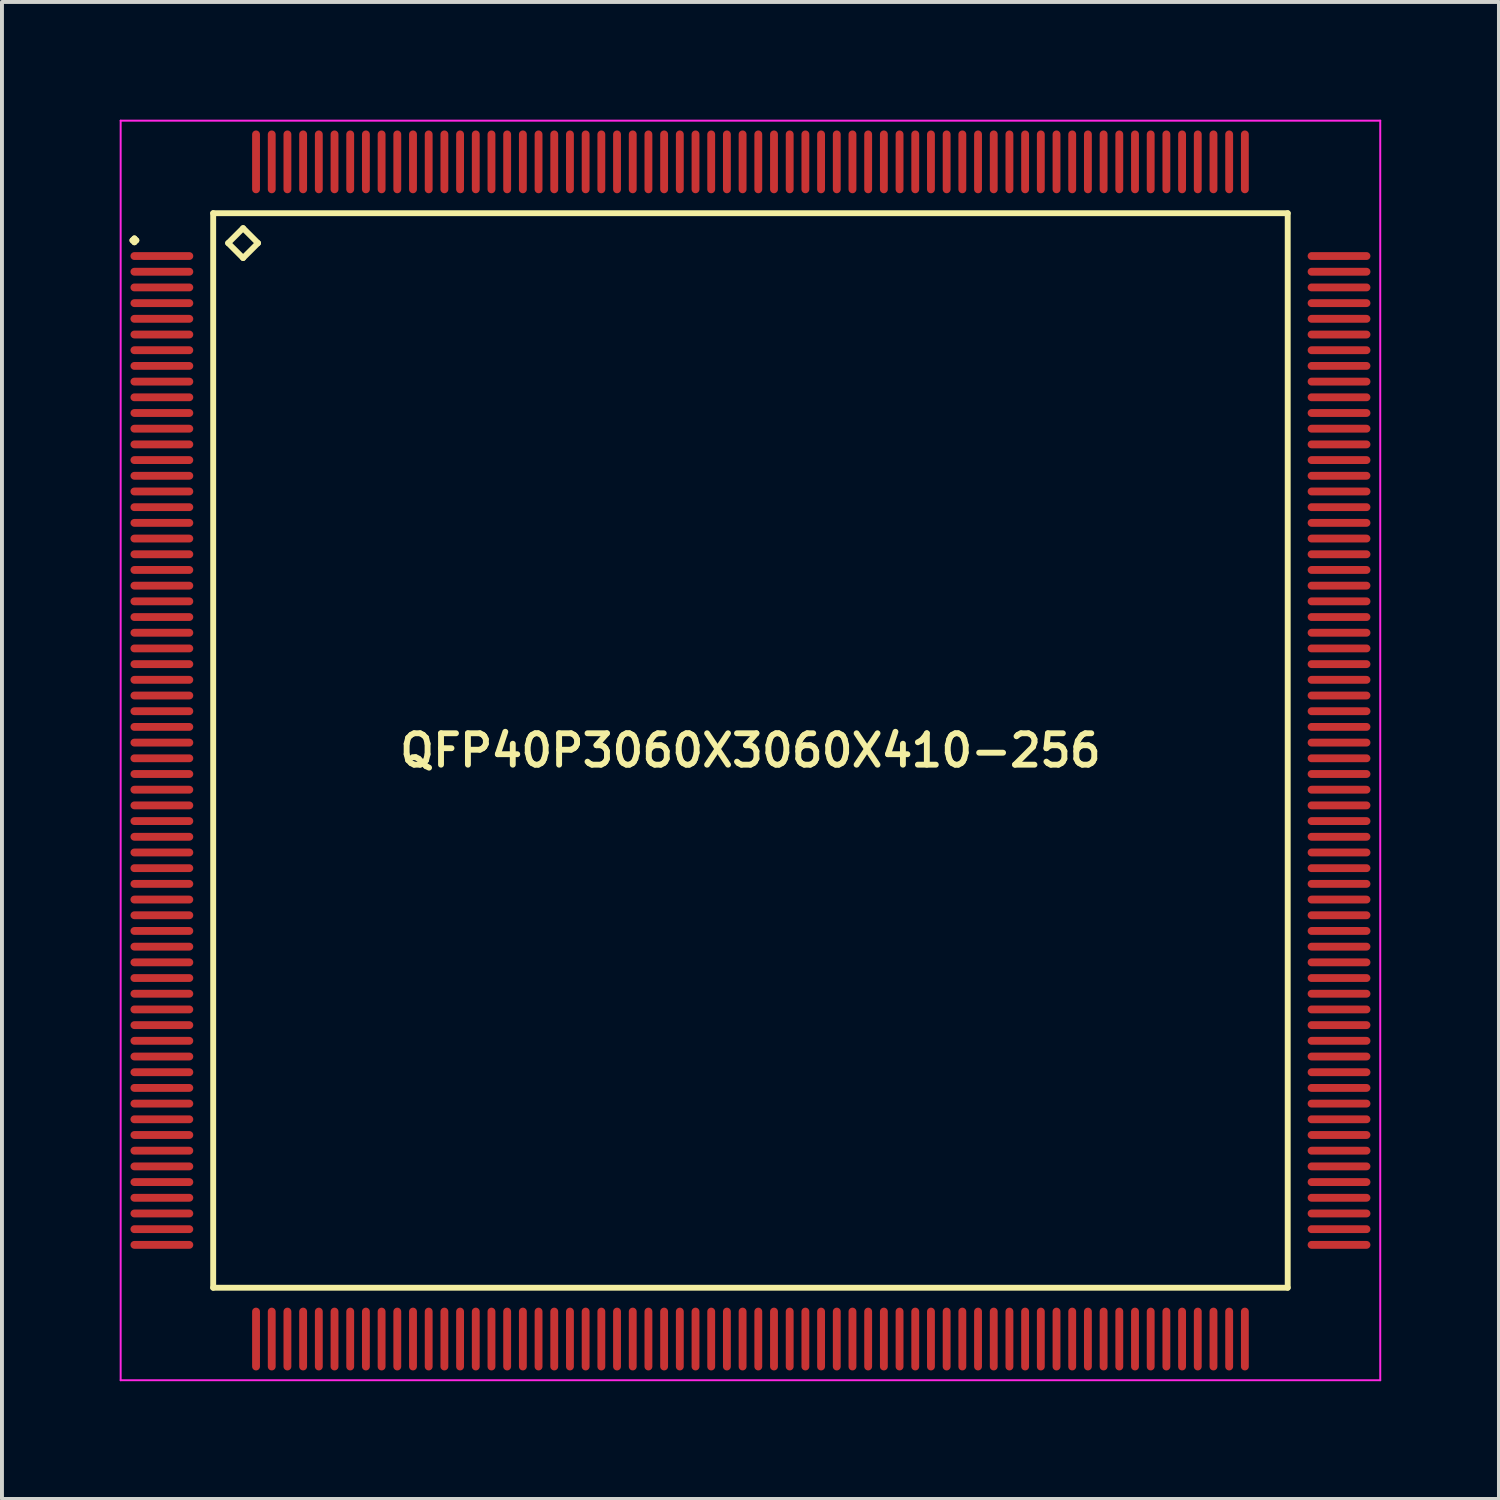
<source format=kicad_pcb>
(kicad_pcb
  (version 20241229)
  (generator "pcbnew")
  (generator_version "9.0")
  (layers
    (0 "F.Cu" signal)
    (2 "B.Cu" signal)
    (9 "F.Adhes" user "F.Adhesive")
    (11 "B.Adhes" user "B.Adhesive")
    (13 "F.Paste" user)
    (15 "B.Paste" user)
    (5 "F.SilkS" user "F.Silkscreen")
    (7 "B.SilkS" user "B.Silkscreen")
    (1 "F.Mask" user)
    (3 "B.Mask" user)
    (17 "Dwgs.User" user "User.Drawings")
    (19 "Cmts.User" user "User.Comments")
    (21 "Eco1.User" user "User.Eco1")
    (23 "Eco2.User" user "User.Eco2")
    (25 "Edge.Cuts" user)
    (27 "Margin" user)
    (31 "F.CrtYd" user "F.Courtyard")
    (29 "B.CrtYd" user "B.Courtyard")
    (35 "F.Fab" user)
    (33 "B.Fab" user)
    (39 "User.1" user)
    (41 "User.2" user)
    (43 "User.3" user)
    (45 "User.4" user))
  (footprint "QFP40P3060X3060X410-256"
    (layer "F.Cu")
    (at 16.075 16.075)
    (property "Reference" "QFP40P3060X3060X410-256" (at 0 0 0) (layer "F.SilkS") (effects (font (size 0.8 0.8) (thickness 0.15))))
    (attr smd)
    (fp_line (start -15.75 -13) (end -15.7 -13.05) (stroke (width 0.15) (type solid)) (layer "F.SilkS"))
    (fp_line (start -15.7 -13.05) (end -15.65 -13) (stroke (width 0.15) (type solid)) (layer "F.SilkS"))
    (fp_line (start -15.7 -12.95) (end -15.75 -13) (stroke (width 0.15) (type solid)) (layer "F.SilkS"))
    (fp_line (start -15.65 -13) (end -15.7 -12.95) (stroke (width 0.15) (type solid)) (layer "F.SilkS"))
    (fp_line (start -13.692 -13.692) (end -13.692 13.692) (stroke (width 0.15) (type solid)) (layer "F.SilkS"))
    (fp_line (start -13.692 13.692) (end 13.692 13.692) (stroke (width 0.15) (type solid)) (layer "F.SilkS"))
    (fp_line (start -13.311 -12.93) (end -12.93 -13.311) (stroke (width 0.15) (type solid)) (layer "F.SilkS"))
    (fp_line (start -12.93 -13.311) (end -12.549 -12.93) (stroke (width 0.15) (type solid)) (layer "F.SilkS"))
    (fp_line (start -12.93 -12.549) (end -13.311 -12.93) (stroke (width 0.15) (type solid)) (layer "F.SilkS"))
    (fp_line (start -12.549 -12.93) (end -12.93 -12.549) (stroke (width 0.15) (type solid)) (layer "F.SilkS"))
    (fp_line (start 13.692 -13.692) (end -13.692 -13.692) (stroke (width 0.15) (type solid)) (layer "F.SilkS"))
    (fp_line (start 13.692 13.692) (end 13.692 -13.692) (stroke (width 0.15) (type solid)) (layer "F.SilkS"))
    (fp_line (start -16.05 -16.05) (end 16.05 -16.05) (stroke (width 0.05) (type solid)) (layer "F.CrtYd"))
    (fp_line (start -16.05 16.05) (end -16.05 -16.05) (stroke (width 0.05) (type solid)) (layer "F.CrtYd"))
    (fp_line (start 16.05 -16.05) (end 16.05 16.05) (stroke (width 0.05) (type solid)) (layer "F.CrtYd"))
    (fp_line (start 16.05 16.05) (end -16.05 16.05) (stroke (width 0.05) (type solid)) (layer "F.CrtYd"))
    (pad "1" smd oval (at -15 -12.6) (size 1.6 0.2) (layers "F.Cu" "F.Mask" "F.Paste"))
    (pad "2" smd oval (at -15 -12.2) (size 1.6 0.2) (layers "F.Cu" "F.Mask" "F.Paste"))
    (pad "3" smd oval (at -15 -11.8) (size 1.6 0.2) (layers "F.Cu" "F.Mask" "F.Paste"))
    (pad "4" smd oval (at -15 -11.4) (size 1.6 0.2) (layers "F.Cu" "F.Mask" "F.Paste"))
    (pad "5" smd oval (at -15 -11) (size 1.6 0.2) (layers "F.Cu" "F.Mask" "F.Paste"))
    (pad "6" smd oval (at -15 -10.6) (size 1.6 0.2) (layers "F.Cu" "F.Mask" "F.Paste"))
    (pad "7" smd oval (at -15 -10.2) (size 1.6 0.2) (layers "F.Cu" "F.Mask" "F.Paste"))
    (pad "8" smd oval (at -15 -9.8) (size 1.6 0.2) (layers "F.Cu" "F.Mask" "F.Paste"))
    (pad "9" smd oval (at -15 -9.4) (size 1.6 0.2) (layers "F.Cu" "F.Mask" "F.Paste"))
    (pad "10" smd oval (at -15 -9) (size 1.6 0.2) (layers "F.Cu" "F.Mask" "F.Paste"))
    (pad "11" smd oval (at -15 -8.6) (size 1.6 0.2) (layers "F.Cu" "F.Mask" "F.Paste"))
    (pad "12" smd oval (at -15 -8.2) (size 1.6 0.2) (layers "F.Cu" "F.Mask" "F.Paste"))
    (pad "13" smd oval (at -15 -7.8) (size 1.6 0.2) (layers "F.Cu" "F.Mask" "F.Paste"))
    (pad "14" smd oval (at -15 -7.4) (size 1.6 0.2) (layers "F.Cu" "F.Mask" "F.Paste"))
    (pad "15" smd oval (at -15 -7) (size 1.6 0.2) (layers "F.Cu" "F.Mask" "F.Paste"))
    (pad "16" smd oval (at -15 -6.6) (size 1.6 0.2) (layers "F.Cu" "F.Mask" "F.Paste"))
    (pad "17" smd oval (at -15 -6.2) (size 1.6 0.2) (layers "F.Cu" "F.Mask" "F.Paste"))
    (pad "18" smd oval (at -15 -5.8) (size 1.6 0.2) (layers "F.Cu" "F.Mask" "F.Paste"))
    (pad "19" smd oval (at -15 -5.4) (size 1.6 0.2) (layers "F.Cu" "F.Mask" "F.Paste"))
    (pad "20" smd oval (at -15 -5) (size 1.6 0.2) (layers "F.Cu" "F.Mask" "F.Paste"))
    (pad "21" smd oval (at -15 -4.6) (size 1.6 0.2) (layers "F.Cu" "F.Mask" "F.Paste"))
    (pad "22" smd oval (at -15 -4.2) (size 1.6 0.2) (layers "F.Cu" "F.Mask" "F.Paste"))
    (pad "23" smd oval (at -15 -3.8) (size 1.6 0.2) (layers "F.Cu" "F.Mask" "F.Paste"))
    (pad "24" smd oval (at -15 -3.4) (size 1.6 0.2) (layers "F.Cu" "F.Mask" "F.Paste"))
    (pad "25" smd oval (at -15 -3) (size 1.6 0.2) (layers "F.Cu" "F.Mask" "F.Paste"))
    (pad "26" smd oval (at -15 -2.6) (size 1.6 0.2) (layers "F.Cu" "F.Mask" "F.Paste"))
    (pad "27" smd oval (at -15 -2.2) (size 1.6 0.2) (layers "F.Cu" "F.Mask" "F.Paste"))
    (pad "28" smd oval (at -15 -1.8) (size 1.6 0.2) (layers "F.Cu" "F.Mask" "F.Paste"))
    (pad "29" smd oval (at -15 -1.4) (size 1.6 0.2) (layers "F.Cu" "F.Mask" "F.Paste"))
    (pad "30" smd oval (at -15 -1) (size 1.6 0.2) (layers "F.Cu" "F.Mask" "F.Paste"))
    (pad "31" smd oval (at -15 -0.6) (size 1.6 0.2) (layers "F.Cu" "F.Mask" "F.Paste"))
    (pad "32" smd oval (at -15 -0.2) (size 1.6 0.2) (layers "F.Cu" "F.Mask" "F.Paste"))
    (pad "33" smd oval (at -15 0.2) (size 1.6 0.2) (layers "F.Cu" "F.Mask" "F.Paste"))
    (pad "34" smd oval (at -15 0.6) (size 1.6 0.2) (layers "F.Cu" "F.Mask" "F.Paste"))
    (pad "35" smd oval (at -15 1) (size 1.6 0.2) (layers "F.Cu" "F.Mask" "F.Paste"))
    (pad "36" smd oval (at -15 1.4) (size 1.6 0.2) (layers "F.Cu" "F.Mask" "F.Paste"))
    (pad "37" smd oval (at -15 1.8) (size 1.6 0.2) (layers "F.Cu" "F.Mask" "F.Paste"))
    (pad "38" smd oval (at -15 2.2) (size 1.6 0.2) (layers "F.Cu" "F.Mask" "F.Paste"))
    (pad "39" smd oval (at -15 2.6) (size 1.6 0.2) (layers "F.Cu" "F.Mask" "F.Paste"))
    (pad "40" smd oval (at -15 3) (size 1.6 0.2) (layers "F.Cu" "F.Mask" "F.Paste"))
    (pad "41" smd oval (at -15 3.4) (size 1.6 0.2) (layers "F.Cu" "F.Mask" "F.Paste"))
    (pad "42" smd oval (at -15 3.8) (size 1.6 0.2) (layers "F.Cu" "F.Mask" "F.Paste"))
    (pad "43" smd oval (at -15 4.2) (size 1.6 0.2) (layers "F.Cu" "F.Mask" "F.Paste"))
    (pad "44" smd oval (at -15 4.6) (size 1.6 0.2) (layers "F.Cu" "F.Mask" "F.Paste"))
    (pad "45" smd oval (at -15 5) (size 1.6 0.2) (layers "F.Cu" "F.Mask" "F.Paste"))
    (pad "46" smd oval (at -15 5.4) (size 1.6 0.2) (layers "F.Cu" "F.Mask" "F.Paste"))
    (pad "47" smd oval (at -15 5.8) (size 1.6 0.2) (layers "F.Cu" "F.Mask" "F.Paste"))
    (pad "48" smd oval (at -15 6.2) (size 1.6 0.2) (layers "F.Cu" "F.Mask" "F.Paste"))
    (pad "49" smd oval (at -15 6.6) (size 1.6 0.2) (layers "F.Cu" "F.Mask" "F.Paste"))
    (pad "50" smd oval (at -15 7) (size 1.6 0.2) (layers "F.Cu" "F.Mask" "F.Paste"))
    (pad "51" smd oval (at -15 7.4) (size 1.6 0.2) (layers "F.Cu" "F.Mask" "F.Paste"))
    (pad "52" smd oval (at -15 7.8) (size 1.6 0.2) (layers "F.Cu" "F.Mask" "F.Paste"))
    (pad "53" smd oval (at -15 8.2) (size 1.6 0.2) (layers "F.Cu" "F.Mask" "F.Paste"))
    (pad "54" smd oval (at -15 8.6) (size 1.6 0.2) (layers "F.Cu" "F.Mask" "F.Paste"))
    (pad "55" smd oval (at -15 9) (size 1.6 0.2) (layers "F.Cu" "F.Mask" "F.Paste"))
    (pad "56" smd oval (at -15 9.4) (size 1.6 0.2) (layers "F.Cu" "F.Mask" "F.Paste"))
    (pad "57" smd oval (at -15 9.8) (size 1.6 0.2) (layers "F.Cu" "F.Mask" "F.Paste"))
    (pad "58" smd oval (at -15 10.2) (size 1.6 0.2) (layers "F.Cu" "F.Mask" "F.Paste"))
    (pad "59" smd oval (at -15 10.6) (size 1.6 0.2) (layers "F.Cu" "F.Mask" "F.Paste"))
    (pad "60" smd oval (at -15 11) (size 1.6 0.2) (layers "F.Cu" "F.Mask" "F.Paste"))
    (pad "61" smd oval (at -15 11.4) (size 1.6 0.2) (layers "F.Cu" "F.Mask" "F.Paste"))
    (pad "62" smd oval (at -15 11.8) (size 1.6 0.2) (layers "F.Cu" "F.Mask" "F.Paste"))
    (pad "63" smd oval (at -15 12.2) (size 1.6 0.2) (layers "F.Cu" "F.Mask" "F.Paste"))
    (pad "64" smd oval (at -15 12.6) (size 1.6 0.2) (layers "F.Cu" "F.Mask" "F.Paste"))
    (pad "65" smd oval (at -12.6 15) (size 0.2 1.6) (layers "F.Cu" "F.Mask" "F.Paste"))
    (pad "66" smd oval (at -12.2 15) (size 0.2 1.6) (layers "F.Cu" "F.Mask" "F.Paste"))
    (pad "67" smd oval (at -11.8 15) (size 0.2 1.6) (layers "F.Cu" "F.Mask" "F.Paste"))
    (pad "68" smd oval (at -11.4 15) (size 0.2 1.6) (layers "F.Cu" "F.Mask" "F.Paste"))
    (pad "69" smd oval (at -11 15) (size 0.2 1.6) (layers "F.Cu" "F.Mask" "F.Paste"))
    (pad "70" smd oval (at -10.6 15) (size 0.2 1.6) (layers "F.Cu" "F.Mask" "F.Paste"))
    (pad "71" smd oval (at -10.2 15) (size 0.2 1.6) (layers "F.Cu" "F.Mask" "F.Paste"))
    (pad "72" smd oval (at -9.8 15) (size 0.2 1.6) (layers "F.Cu" "F.Mask" "F.Paste"))
    (pad "73" smd oval (at -9.4 15) (size 0.2 1.6) (layers "F.Cu" "F.Mask" "F.Paste"))
    (pad "74" smd oval (at -9 15) (size 0.2 1.6) (layers "F.Cu" "F.Mask" "F.Paste"))
    (pad "75" smd oval (at -8.6 15) (size 0.2 1.6) (layers "F.Cu" "F.Mask" "F.Paste"))
    (pad "76" smd oval (at -8.2 15) (size 0.2 1.6) (layers "F.Cu" "F.Mask" "F.Paste"))
    (pad "77" smd oval (at -7.8 15) (size 0.2 1.6) (layers "F.Cu" "F.Mask" "F.Paste"))
    (pad "78" smd oval (at -7.4 15) (size 0.2 1.6) (layers "F.Cu" "F.Mask" "F.Paste"))
    (pad "79" smd oval (at -7 15) (size 0.2 1.6) (layers "F.Cu" "F.Mask" "F.Paste"))
    (pad "80" smd oval (at -6.6 15) (size 0.2 1.6) (layers "F.Cu" "F.Mask" "F.Paste"))
    (pad "81" smd oval (at -6.2 15) (size 0.2 1.6) (layers "F.Cu" "F.Mask" "F.Paste"))
    (pad "82" smd oval (at -5.8 15) (size 0.2 1.6) (layers "F.Cu" "F.Mask" "F.Paste"))
    (pad "83" smd oval (at -5.4 15) (size 0.2 1.6) (layers "F.Cu" "F.Mask" "F.Paste"))
    (pad "84" smd oval (at -5 15) (size 0.2 1.6) (layers "F.Cu" "F.Mask" "F.Paste"))
    (pad "85" smd oval (at -4.6 15) (size 0.2 1.6) (layers "F.Cu" "F.Mask" "F.Paste"))
    (pad "86" smd oval (at -4.2 15) (size 0.2 1.6) (layers "F.Cu" "F.Mask" "F.Paste"))
    (pad "87" smd oval (at -3.8 15) (size 0.2 1.6) (layers "F.Cu" "F.Mask" "F.Paste"))
    (pad "88" smd oval (at -3.4 15) (size 0.2 1.6) (layers "F.Cu" "F.Mask" "F.Paste"))
    (pad "89" smd oval (at -3 15) (size 0.2 1.6) (layers "F.Cu" "F.Mask" "F.Paste"))
    (pad "90" smd oval (at -2.6 15) (size 0.2 1.6) (layers "F.Cu" "F.Mask" "F.Paste"))
    (pad "91" smd oval (at -2.2 15) (size 0.2 1.6) (layers "F.Cu" "F.Mask" "F.Paste"))
    (pad "92" smd oval (at -1.8 15) (size 0.2 1.6) (layers "F.Cu" "F.Mask" "F.Paste"))
    (pad "93" smd oval (at -1.4 15) (size 0.2 1.6) (layers "F.Cu" "F.Mask" "F.Paste"))
    (pad "94" smd oval (at -1 15) (size 0.2 1.6) (layers "F.Cu" "F.Mask" "F.Paste"))
    (pad "95" smd oval (at -0.6 15) (size 0.2 1.6) (layers "F.Cu" "F.Mask" "F.Paste"))
    (pad "96" smd oval (at -0.2 15) (size 0.2 1.6) (layers "F.Cu" "F.Mask" "F.Paste"))
    (pad "97" smd oval (at 0.2 15) (size 0.2 1.6) (layers "F.Cu" "F.Mask" "F.Paste"))
    (pad "98" smd oval (at 0.6 15) (size 0.2 1.6) (layers "F.Cu" "F.Mask" "F.Paste"))
    (pad "99" smd oval (at 1 15) (size 0.2 1.6) (layers "F.Cu" "F.Mask" "F.Paste"))
    (pad "100" smd oval (at 1.4 15) (size 0.2 1.6) (layers "F.Cu" "F.Mask" "F.Paste"))
    (pad "101" smd oval (at 1.8 15) (size 0.2 1.6) (layers "F.Cu" "F.Mask" "F.Paste"))
    (pad "102" smd oval (at 2.2 15) (size 0.2 1.6) (layers "F.Cu" "F.Mask" "F.Paste"))
    (pad "103" smd oval (at 2.6 15) (size 0.2 1.6) (layers "F.Cu" "F.Mask" "F.Paste"))
    (pad "104" smd oval (at 3 15) (size 0.2 1.6) (layers "F.Cu" "F.Mask" "F.Paste"))
    (pad "105" smd oval (at 3.4 15) (size 0.2 1.6) (layers "F.Cu" "F.Mask" "F.Paste"))
    (pad "106" smd oval (at 3.8 15) (size 0.2 1.6) (layers "F.Cu" "F.Mask" "F.Paste"))
    (pad "107" smd oval (at 4.2 15) (size 0.2 1.6) (layers "F.Cu" "F.Mask" "F.Paste"))
    (pad "108" smd oval (at 4.6 15) (size 0.2 1.6) (layers "F.Cu" "F.Mask" "F.Paste"))
    (pad "109" smd oval (at 5 15) (size 0.2 1.6) (layers "F.Cu" "F.Mask" "F.Paste"))
    (pad "110" smd oval (at 5.4 15) (size 0.2 1.6) (layers "F.Cu" "F.Mask" "F.Paste"))
    (pad "111" smd oval (at 5.8 15) (size 0.2 1.6) (layers "F.Cu" "F.Mask" "F.Paste"))
    (pad "112" smd oval (at 6.2 15) (size 0.2 1.6) (layers "F.Cu" "F.Mask" "F.Paste"))
    (pad "113" smd oval (at 6.6 15) (size 0.2 1.6) (layers "F.Cu" "F.Mask" "F.Paste"))
    (pad "114" smd oval (at 7 15) (size 0.2 1.6) (layers "F.Cu" "F.Mask" "F.Paste"))
    (pad "115" smd oval (at 7.4 15) (size 0.2 1.6) (layers "F.Cu" "F.Mask" "F.Paste"))
    (pad "116" smd oval (at 7.8 15) (size 0.2 1.6) (layers "F.Cu" "F.Mask" "F.Paste"))
    (pad "117" smd oval (at 8.2 15) (size 0.2 1.6) (layers "F.Cu" "F.Mask" "F.Paste"))
    (pad "118" smd oval (at 8.6 15) (size 0.2 1.6) (layers "F.Cu" "F.Mask" "F.Paste"))
    (pad "119" smd oval (at 9 15) (size 0.2 1.6) (layers "F.Cu" "F.Mask" "F.Paste"))
    (pad "120" smd oval (at 9.4 15) (size 0.2 1.6) (layers "F.Cu" "F.Mask" "F.Paste"))
    (pad "121" smd oval (at 9.8 15) (size 0.2 1.6) (layers "F.Cu" "F.Mask" "F.Paste"))
    (pad "122" smd oval (at 10.2 15) (size 0.2 1.6) (layers "F.Cu" "F.Mask" "F.Paste"))
    (pad "123" smd oval (at 10.6 15) (size 0.2 1.6) (layers "F.Cu" "F.Mask" "F.Paste"))
    (pad "124" smd oval (at 11 15) (size 0.2 1.6) (layers "F.Cu" "F.Mask" "F.Paste"))
    (pad "125" smd oval (at 11.4 15) (size 0.2 1.6) (layers "F.Cu" "F.Mask" "F.Paste"))
    (pad "126" smd oval (at 11.8 15) (size 0.2 1.6) (layers "F.Cu" "F.Mask" "F.Paste"))
    (pad "127" smd oval (at 12.2 15) (size 0.2 1.6) (layers "F.Cu" "F.Mask" "F.Paste"))
    (pad "128" smd oval (at 12.6 15) (size 0.2 1.6) (layers "F.Cu" "F.Mask" "F.Paste"))
    (pad "129" smd oval (at 15 12.6) (size 1.6 0.2) (layers "F.Cu" "F.Mask" "F.Paste"))
    (pad "130" smd oval (at 15 12.2) (size 1.6 0.2) (layers "F.Cu" "F.Mask" "F.Paste"))
    (pad "131" smd oval (at 15 11.8) (size 1.6 0.2) (layers "F.Cu" "F.Mask" "F.Paste"))
    (pad "132" smd oval (at 15 11.4) (size 1.6 0.2) (layers "F.Cu" "F.Mask" "F.Paste"))
    (pad "133" smd oval (at 15 11) (size 1.6 0.2) (layers "F.Cu" "F.Mask" "F.Paste"))
    (pad "134" smd oval (at 15 10.6) (size 1.6 0.2) (layers "F.Cu" "F.Mask" "F.Paste"))
    (pad "135" smd oval (at 15 10.2) (size 1.6 0.2) (layers "F.Cu" "F.Mask" "F.Paste"))
    (pad "136" smd oval (at 15 9.8) (size 1.6 0.2) (layers "F.Cu" "F.Mask" "F.Paste"))
    (pad "137" smd oval (at 15 9.4) (size 1.6 0.2) (layers "F.Cu" "F.Mask" "F.Paste"))
    (pad "138" smd oval (at 15 9) (size 1.6 0.2) (layers "F.Cu" "F.Mask" "F.Paste"))
    (pad "139" smd oval (at 15 8.6) (size 1.6 0.2) (layers "F.Cu" "F.Mask" "F.Paste"))
    (pad "140" smd oval (at 15 8.2) (size 1.6 0.2) (layers "F.Cu" "F.Mask" "F.Paste"))
    (pad "141" smd oval (at 15 7.8) (size 1.6 0.2) (layers "F.Cu" "F.Mask" "F.Paste"))
    (pad "142" smd oval (at 15 7.4) (size 1.6 0.2) (layers "F.Cu" "F.Mask" "F.Paste"))
    (pad "143" smd oval (at 15 7) (size 1.6 0.2) (layers "F.Cu" "F.Mask" "F.Paste"))
    (pad "144" smd oval (at 15 6.6) (size 1.6 0.2) (layers "F.Cu" "F.Mask" "F.Paste"))
    (pad "145" smd oval (at 15 6.2) (size 1.6 0.2) (layers "F.Cu" "F.Mask" "F.Paste"))
    (pad "146" smd oval (at 15 5.8) (size 1.6 0.2) (layers "F.Cu" "F.Mask" "F.Paste"))
    (pad "147" smd oval (at 15 5.4) (size 1.6 0.2) (layers "F.Cu" "F.Mask" "F.Paste"))
    (pad "148" smd oval (at 15 5) (size 1.6 0.2) (layers "F.Cu" "F.Mask" "F.Paste"))
    (pad "149" smd oval (at 15 4.6) (size 1.6 0.2) (layers "F.Cu" "F.Mask" "F.Paste"))
    (pad "150" smd oval (at 15 4.2) (size 1.6 0.2) (layers "F.Cu" "F.Mask" "F.Paste"))
    (pad "151" smd oval (at 15 3.8) (size 1.6 0.2) (layers "F.Cu" "F.Mask" "F.Paste"))
    (pad "152" smd oval (at 15 3.4) (size 1.6 0.2) (layers "F.Cu" "F.Mask" "F.Paste"))
    (pad "153" smd oval (at 15 3) (size 1.6 0.2) (layers "F.Cu" "F.Mask" "F.Paste"))
    (pad "154" smd oval (at 15 2.6) (size 1.6 0.2) (layers "F.Cu" "F.Mask" "F.Paste"))
    (pad "155" smd oval (at 15 2.2) (size 1.6 0.2) (layers "F.Cu" "F.Mask" "F.Paste"))
    (pad "156" smd oval (at 15 1.8) (size 1.6 0.2) (layers "F.Cu" "F.Mask" "F.Paste"))
    (pad "157" smd oval (at 15 1.4) (size 1.6 0.2) (layers "F.Cu" "F.Mask" "F.Paste"))
    (pad "158" smd oval (at 15 1) (size 1.6 0.2) (layers "F.Cu" "F.Mask" "F.Paste"))
    (pad "159" smd oval (at 15 0.6) (size 1.6 0.2) (layers "F.Cu" "F.Mask" "F.Paste"))
    (pad "160" smd oval (at 15 0.2) (size 1.6 0.2) (layers "F.Cu" "F.Mask" "F.Paste"))
    (pad "161" smd oval (at 15 -0.2) (size 1.6 0.2) (layers "F.Cu" "F.Mask" "F.Paste"))
    (pad "162" smd oval (at 15 -0.6) (size 1.6 0.2) (layers "F.Cu" "F.Mask" "F.Paste"))
    (pad "163" smd oval (at 15 -1) (size 1.6 0.2) (layers "F.Cu" "F.Mask" "F.Paste"))
    (pad "164" smd oval (at 15 -1.4) (size 1.6 0.2) (layers "F.Cu" "F.Mask" "F.Paste"))
    (pad "165" smd oval (at 15 -1.8) (size 1.6 0.2) (layers "F.Cu" "F.Mask" "F.Paste"))
    (pad "166" smd oval (at 15 -2.2) (size 1.6 0.2) (layers "F.Cu" "F.Mask" "F.Paste"))
    (pad "167" smd oval (at 15 -2.6) (size 1.6 0.2) (layers "F.Cu" "F.Mask" "F.Paste"))
    (pad "168" smd oval (at 15 -3) (size 1.6 0.2) (layers "F.Cu" "F.Mask" "F.Paste"))
    (pad "169" smd oval (at 15 -3.4) (size 1.6 0.2) (layers "F.Cu" "F.Mask" "F.Paste"))
    (pad "170" smd oval (at 15 -3.8) (size 1.6 0.2) (layers "F.Cu" "F.Mask" "F.Paste"))
    (pad "171" smd oval (at 15 -4.2) (size 1.6 0.2) (layers "F.Cu" "F.Mask" "F.Paste"))
    (pad "172" smd oval (at 15 -4.6) (size 1.6 0.2) (layers "F.Cu" "F.Mask" "F.Paste"))
    (pad "173" smd oval (at 15 -5) (size 1.6 0.2) (layers "F.Cu" "F.Mask" "F.Paste"))
    (pad "174" smd oval (at 15 -5.4) (size 1.6 0.2) (layers "F.Cu" "F.Mask" "F.Paste"))
    (pad "175" smd oval (at 15 -5.8) (size 1.6 0.2) (layers "F.Cu" "F.Mask" "F.Paste"))
    (pad "176" smd oval (at 15 -6.2) (size 1.6 0.2) (layers "F.Cu" "F.Mask" "F.Paste"))
    (pad "177" smd oval (at 15 -6.6) (size 1.6 0.2) (layers "F.Cu" "F.Mask" "F.Paste"))
    (pad "178" smd oval (at 15 -7) (size 1.6 0.2) (layers "F.Cu" "F.Mask" "F.Paste"))
    (pad "179" smd oval (at 15 -7.4) (size 1.6 0.2) (layers "F.Cu" "F.Mask" "F.Paste"))
    (pad "180" smd oval (at 15 -7.8) (size 1.6 0.2) (layers "F.Cu" "F.Mask" "F.Paste"))
    (pad "181" smd oval (at 15 -8.2) (size 1.6 0.2) (layers "F.Cu" "F.Mask" "F.Paste"))
    (pad "182" smd oval (at 15 -8.6) (size 1.6 0.2) (layers "F.Cu" "F.Mask" "F.Paste"))
    (pad "183" smd oval (at 15 -9) (size 1.6 0.2) (layers "F.Cu" "F.Mask" "F.Paste"))
    (pad "184" smd oval (at 15 -9.4) (size 1.6 0.2) (layers "F.Cu" "F.Mask" "F.Paste"))
    (pad "185" smd oval (at 15 -9.8) (size 1.6 0.2) (layers "F.Cu" "F.Mask" "F.Paste"))
    (pad "186" smd oval (at 15 -10.2) (size 1.6 0.2) (layers "F.Cu" "F.Mask" "F.Paste"))
    (pad "187" smd oval (at 15 -10.6) (size 1.6 0.2) (layers "F.Cu" "F.Mask" "F.Paste"))
    (pad "188" smd oval (at 15 -11) (size 1.6 0.2) (layers "F.Cu" "F.Mask" "F.Paste"))
    (pad "189" smd oval (at 15 -11.4) (size 1.6 0.2) (layers "F.Cu" "F.Mask" "F.Paste"))
    (pad "190" smd oval (at 15 -11.8) (size 1.6 0.2) (layers "F.Cu" "F.Mask" "F.Paste"))
    (pad "191" smd oval (at 15 -12.2) (size 1.6 0.2) (layers "F.Cu" "F.Mask" "F.Paste"))
    (pad "192" smd oval (at 15 -12.6) (size 1.6 0.2) (layers "F.Cu" "F.Mask" "F.Paste"))
    (pad "193" smd oval (at 12.6 -15) (size 0.2 1.6) (layers "F.Cu" "F.Mask" "F.Paste"))
    (pad "194" smd oval (at 12.2 -15) (size 0.2 1.6) (layers "F.Cu" "F.Mask" "F.Paste"))
    (pad "195" smd oval (at 11.8 -15) (size 0.2 1.6) (layers "F.Cu" "F.Mask" "F.Paste"))
    (pad "196" smd oval (at 11.4 -15) (size 0.2 1.6) (layers "F.Cu" "F.Mask" "F.Paste"))
    (pad "197" smd oval (at 11 -15) (size 0.2 1.6) (layers "F.Cu" "F.Mask" "F.Paste"))
    (pad "198" smd oval (at 10.6 -15) (size 0.2 1.6) (layers "F.Cu" "F.Mask" "F.Paste"))
    (pad "199" smd oval (at 10.2 -15) (size 0.2 1.6) (layers "F.Cu" "F.Mask" "F.Paste"))
    (pad "200" smd oval (at 9.8 -15) (size 0.2 1.6) (layers "F.Cu" "F.Mask" "F.Paste"))
    (pad "201" smd oval (at 9.4 -15) (size 0.2 1.6) (layers "F.Cu" "F.Mask" "F.Paste"))
    (pad "202" smd oval (at 9 -15) (size 0.2 1.6) (layers "F.Cu" "F.Mask" "F.Paste"))
    (pad "203" smd oval (at 8.6 -15) (size 0.2 1.6) (layers "F.Cu" "F.Mask" "F.Paste"))
    (pad "204" smd oval (at 8.2 -15) (size 0.2 1.6) (layers "F.Cu" "F.Mask" "F.Paste"))
    (pad "205" smd oval (at 7.8 -15) (size 0.2 1.6) (layers "F.Cu" "F.Mask" "F.Paste"))
    (pad "206" smd oval (at 7.4 -15) (size 0.2 1.6) (layers "F.Cu" "F.Mask" "F.Paste"))
    (pad "207" smd oval (at 7 -15) (size 0.2 1.6) (layers "F.Cu" "F.Mask" "F.Paste"))
    (pad "208" smd oval (at 6.6 -15) (size 0.2 1.6) (layers "F.Cu" "F.Mask" "F.Paste"))
    (pad "209" smd oval (at 6.2 -15) (size 0.2 1.6) (layers "F.Cu" "F.Mask" "F.Paste"))
    (pad "210" smd oval (at 5.8 -15) (size 0.2 1.6) (layers "F.Cu" "F.Mask" "F.Paste"))
    (pad "211" smd oval (at 5.4 -15) (size 0.2 1.6) (layers "F.Cu" "F.Mask" "F.Paste"))
    (pad "212" smd oval (at 5 -15) (size 0.2 1.6) (layers "F.Cu" "F.Mask" "F.Paste"))
    (pad "213" smd oval (at 4.6 -15) (size 0.2 1.6) (layers "F.Cu" "F.Mask" "F.Paste"))
    (pad "214" smd oval (at 4.2 -15) (size 0.2 1.6) (layers "F.Cu" "F.Mask" "F.Paste"))
    (pad "215" smd oval (at 3.8 -15) (size 0.2 1.6) (layers "F.Cu" "F.Mask" "F.Paste"))
    (pad "216" smd oval (at 3.4 -15) (size 0.2 1.6) (layers "F.Cu" "F.Mask" "F.Paste"))
    (pad "217" smd oval (at 3 -15) (size 0.2 1.6) (layers "F.Cu" "F.Mask" "F.Paste"))
    (pad "218" smd oval (at 2.6 -15) (size 0.2 1.6) (layers "F.Cu" "F.Mask" "F.Paste"))
    (pad "219" smd oval (at 2.2 -15) (size 0.2 1.6) (layers "F.Cu" "F.Mask" "F.Paste"))
    (pad "220" smd oval (at 1.8 -15) (size 0.2 1.6) (layers "F.Cu" "F.Mask" "F.Paste"))
    (pad "221" smd oval (at 1.4 -15) (size 0.2 1.6) (layers "F.Cu" "F.Mask" "F.Paste"))
    (pad "222" smd oval (at 1 -15) (size 0.2 1.6) (layers "F.Cu" "F.Mask" "F.Paste"))
    (pad "223" smd oval (at 0.6 -15) (size 0.2 1.6) (layers "F.Cu" "F.Mask" "F.Paste"))
    (pad "224" smd oval (at 0.2 -15) (size 0.2 1.6) (layers "F.Cu" "F.Mask" "F.Paste"))
    (pad "225" smd oval (at -0.2 -15) (size 0.2 1.6) (layers "F.Cu" "F.Mask" "F.Paste"))
    (pad "226" smd oval (at -0.6 -15) (size 0.2 1.6) (layers "F.Cu" "F.Mask" "F.Paste"))
    (pad "227" smd oval (at -1 -15) (size 0.2 1.6) (layers "F.Cu" "F.Mask" "F.Paste"))
    (pad "228" smd oval (at -1.4 -15) (size 0.2 1.6) (layers "F.Cu" "F.Mask" "F.Paste"))
    (pad "229" smd oval (at -1.8 -15) (size 0.2 1.6) (layers "F.Cu" "F.Mask" "F.Paste"))
    (pad "230" smd oval (at -2.2 -15) (size 0.2 1.6) (layers "F.Cu" "F.Mask" "F.Paste"))
    (pad "231" smd oval (at -2.6 -15) (size 0.2 1.6) (layers "F.Cu" "F.Mask" "F.Paste"))
    (pad "232" smd oval (at -3 -15) (size 0.2 1.6) (layers "F.Cu" "F.Mask" "F.Paste"))
    (pad "233" smd oval (at -3.4 -15) (size 0.2 1.6) (layers "F.Cu" "F.Mask" "F.Paste"))
    (pad "234" smd oval (at -3.8 -15) (size 0.2 1.6) (layers "F.Cu" "F.Mask" "F.Paste"))
    (pad "235" smd oval (at -4.2 -15) (size 0.2 1.6) (layers "F.Cu" "F.Mask" "F.Paste"))
    (pad "236" smd oval (at -4.6 -15) (size 0.2 1.6) (layers "F.Cu" "F.Mask" "F.Paste"))
    (pad "237" smd oval (at -5 -15) (size 0.2 1.6) (layers "F.Cu" "F.Mask" "F.Paste"))
    (pad "238" smd oval (at -5.4 -15) (size 0.2 1.6) (layers "F.Cu" "F.Mask" "F.Paste"))
    (pad "239" smd oval (at -5.8 -15) (size 0.2 1.6) (layers "F.Cu" "F.Mask" "F.Paste"))
    (pad "240" smd oval (at -6.2 -15) (size 0.2 1.6) (layers "F.Cu" "F.Mask" "F.Paste"))
    (pad "241" smd oval (at -6.6 -15) (size 0.2 1.6) (layers "F.Cu" "F.Mask" "F.Paste"))
    (pad "242" smd oval (at -7 -15) (size 0.2 1.6) (layers "F.Cu" "F.Mask" "F.Paste"))
    (pad "243" smd oval (at -7.4 -15) (size 0.2 1.6) (layers "F.Cu" "F.Mask" "F.Paste"))
    (pad "244" smd oval (at -7.8 -15) (size 0.2 1.6) (layers "F.Cu" "F.Mask" "F.Paste"))
    (pad "245" smd oval (at -8.2 -15) (size 0.2 1.6) (layers "F.Cu" "F.Mask" "F.Paste"))
    (pad "246" smd oval (at -8.6 -15) (size 0.2 1.6) (layers "F.Cu" "F.Mask" "F.Paste"))
    (pad "247" smd oval (at -9 -15) (size 0.2 1.6) (layers "F.Cu" "F.Mask" "F.Paste"))
    (pad "248" smd oval (at -9.4 -15) (size 0.2 1.6) (layers "F.Cu" "F.Mask" "F.Paste"))
    (pad "249" smd oval (at -9.8 -15) (size 0.2 1.6) (layers "F.Cu" "F.Mask" "F.Paste"))
    (pad "250" smd oval (at -10.2 -15) (size 0.2 1.6) (layers "F.Cu" "F.Mask" "F.Paste"))
    (pad "251" smd oval (at -10.6 -15) (size 0.2 1.6) (layers "F.Cu" "F.Mask" "F.Paste"))
    (pad "252" smd oval (at -11 -15) (size 0.2 1.6) (layers "F.Cu" "F.Mask" "F.Paste"))
    (pad "253" smd oval (at -11.4 -15) (size 0.2 1.6) (layers "F.Cu" "F.Mask" "F.Paste"))
    (pad "254" smd oval (at -11.8 -15) (size 0.2 1.6) (layers "F.Cu" "F.Mask" "F.Paste"))
    (pad "255" smd oval (at -12.2 -15) (size 0.2 1.6) (layers "F.Cu" "F.Mask" "F.Paste"))
    (pad "256" smd oval (at -12.6 -15) (size 0.2 1.6) (layers "F.Cu" "F.Mask" "F.Paste")))
  (gr_rect
    (start -3 -3)
    (end 35.15 35.15)
    (stroke (width 0.1) (type default))
    (fill no)
    (layer "Edge.Cuts")))
</source>
